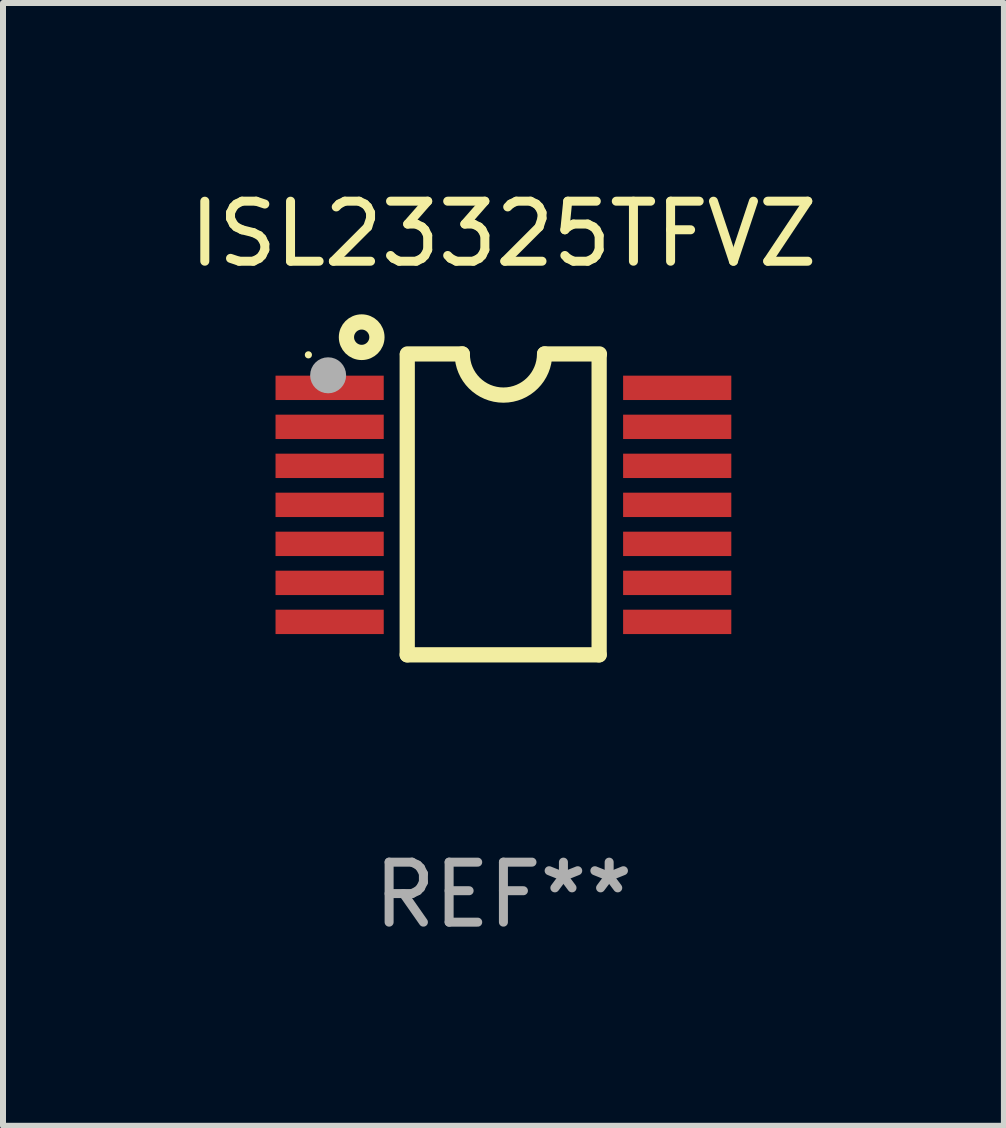
<source format=kicad_pcb>
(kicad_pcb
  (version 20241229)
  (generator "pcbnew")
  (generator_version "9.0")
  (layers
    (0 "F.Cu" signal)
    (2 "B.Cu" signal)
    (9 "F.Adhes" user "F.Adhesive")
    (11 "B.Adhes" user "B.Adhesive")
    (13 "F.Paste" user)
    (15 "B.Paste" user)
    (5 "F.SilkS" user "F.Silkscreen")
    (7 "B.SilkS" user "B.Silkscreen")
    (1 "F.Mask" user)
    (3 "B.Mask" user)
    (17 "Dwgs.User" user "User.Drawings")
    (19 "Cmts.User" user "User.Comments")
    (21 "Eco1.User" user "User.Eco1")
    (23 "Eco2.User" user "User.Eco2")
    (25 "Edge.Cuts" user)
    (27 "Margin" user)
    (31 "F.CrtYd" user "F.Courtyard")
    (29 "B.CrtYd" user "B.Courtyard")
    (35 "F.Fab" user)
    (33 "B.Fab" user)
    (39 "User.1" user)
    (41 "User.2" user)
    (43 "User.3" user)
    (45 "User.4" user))
  (footprint "ISL23325TFVZ"
    (layer "F.Cu")
    (at 5.339 5.355)
    (property "Reference" "ISL23325TFVZ" (at 0 -4.507 0) (layer "F.SilkS") (effects (font (size 1 1) (thickness 0.15))))
    (attr through_hole)
    (fp_line (start -1.603 2.507) (end -1.603 -2.494) (stroke (width 0.254) (type solid)) (layer "F.SilkS"))
    (fp_line (start -1.603 2.507) (end 1.595 2.507) (stroke (width 0.254) (type solid)) (layer "F.SilkS"))
    (fp_line (start -1.6 -2.507) (end -0.686 -2.507) (stroke (width 0.254) (type solid)) (layer "F.SilkS"))
    (fp_line (start 0.686 -2.507) (end 1.6 -2.507) (stroke (width 0.254) (type solid)) (layer "F.SilkS"))
    (fp_line (start 1.595 2.507) (end 1.595 -2.494) (stroke (width 0.254) (type solid)) (layer "F.SilkS"))
    (fp_arc (start 0.685852 -2.506998) (mid 0.000051 -1.821197) (end -0.68575 -2.506998) (stroke (width 0.254001) (type solid)) (layer "F.SilkS"))
    (fp_circle (center -3.25 -2.492) (end -3.22 -2.492) (stroke (width 0.06) (type solid)) (fill no) (layer "F.SilkS"))
    (fp_circle (center -2.362 -2.786) (end -2.108 -2.786) (stroke (width 0.254) (type solid)) (fill no) (layer "F.SilkS"))
    (fp_circle (center -2.921 -2.151) (end -2.771 -2.151) (stroke (width 0.3) (type solid)) (fill no) (layer "F.Fab"))
    (fp_text user "REF**" (at 0 6.507 0) (layer "F.Fab") (effects (font (size 1 1) (thickness 0.15))))
    (pad "1" smd rect (at -2.896 -1.942) (size 1.803 0.406) (layers "F.Cu" "F.Mask" "F.Paste"))
    (pad "2" smd rect (at -2.896 -1.292) (size 1.803 0.406) (layers "F.Cu" "F.Mask" "F.Paste"))
    (pad "3" smd rect (at -2.896 -0.642) (size 1.803 0.406) (layers "F.Cu" "F.Mask" "F.Paste"))
    (pad "4" smd rect (at -2.896 0.008) (size 1.803 0.406) (layers "F.Cu" "F.Mask" "F.Paste"))
    (pad "5" smd rect (at -2.896 0.658) (size 1.803 0.406) (layers "F.Cu" "F.Mask" "F.Paste"))
    (pad "6" smd rect (at -2.896 1.308) (size 1.803 0.406) (layers "F.Cu" "F.Mask" "F.Paste"))
    (pad "7" smd rect (at -2.896 1.958) (size 1.803 0.406) (layers "F.Cu" "F.Mask" "F.Paste"))
    (pad "8" smd rect (at 2.896 1.958) (size 1.803 0.406) (layers "F.Cu" "F.Mask" "F.Paste"))
    (pad "9" smd rect (at 2.896 1.308) (size 1.803 0.406) (layers "F.Cu" "F.Mask" "F.Paste"))
    (pad "10" smd rect (at 2.896 0.658) (size 1.803 0.406) (layers "F.Cu" "F.Mask" "F.Paste"))
    (pad "11" smd rect (at 2.896 0.008) (size 1.803 0.406) (layers "F.Cu" "F.Mask" "F.Paste"))
    (pad "12" smd rect (at 2.896 -0.642) (size 1.803 0.406) (layers "F.Cu" "F.Mask" "F.Paste"))
    (pad "13" smd rect (at 2.896 -1.292) (size 1.803 0.406) (layers "F.Cu" "F.Mask" "F.Paste"))
    (pad "14" smd rect (at 2.896 -1.942) (size 1.803 0.406) (layers "F.Cu" "F.Mask" "F.Paste")))
  (gr_rect
    (start -3 -3)
    (end 13.679 15.71)
    (stroke (width 0.1) (type default))
    (fill no)
    (layer "Edge.Cuts")))
</source>
